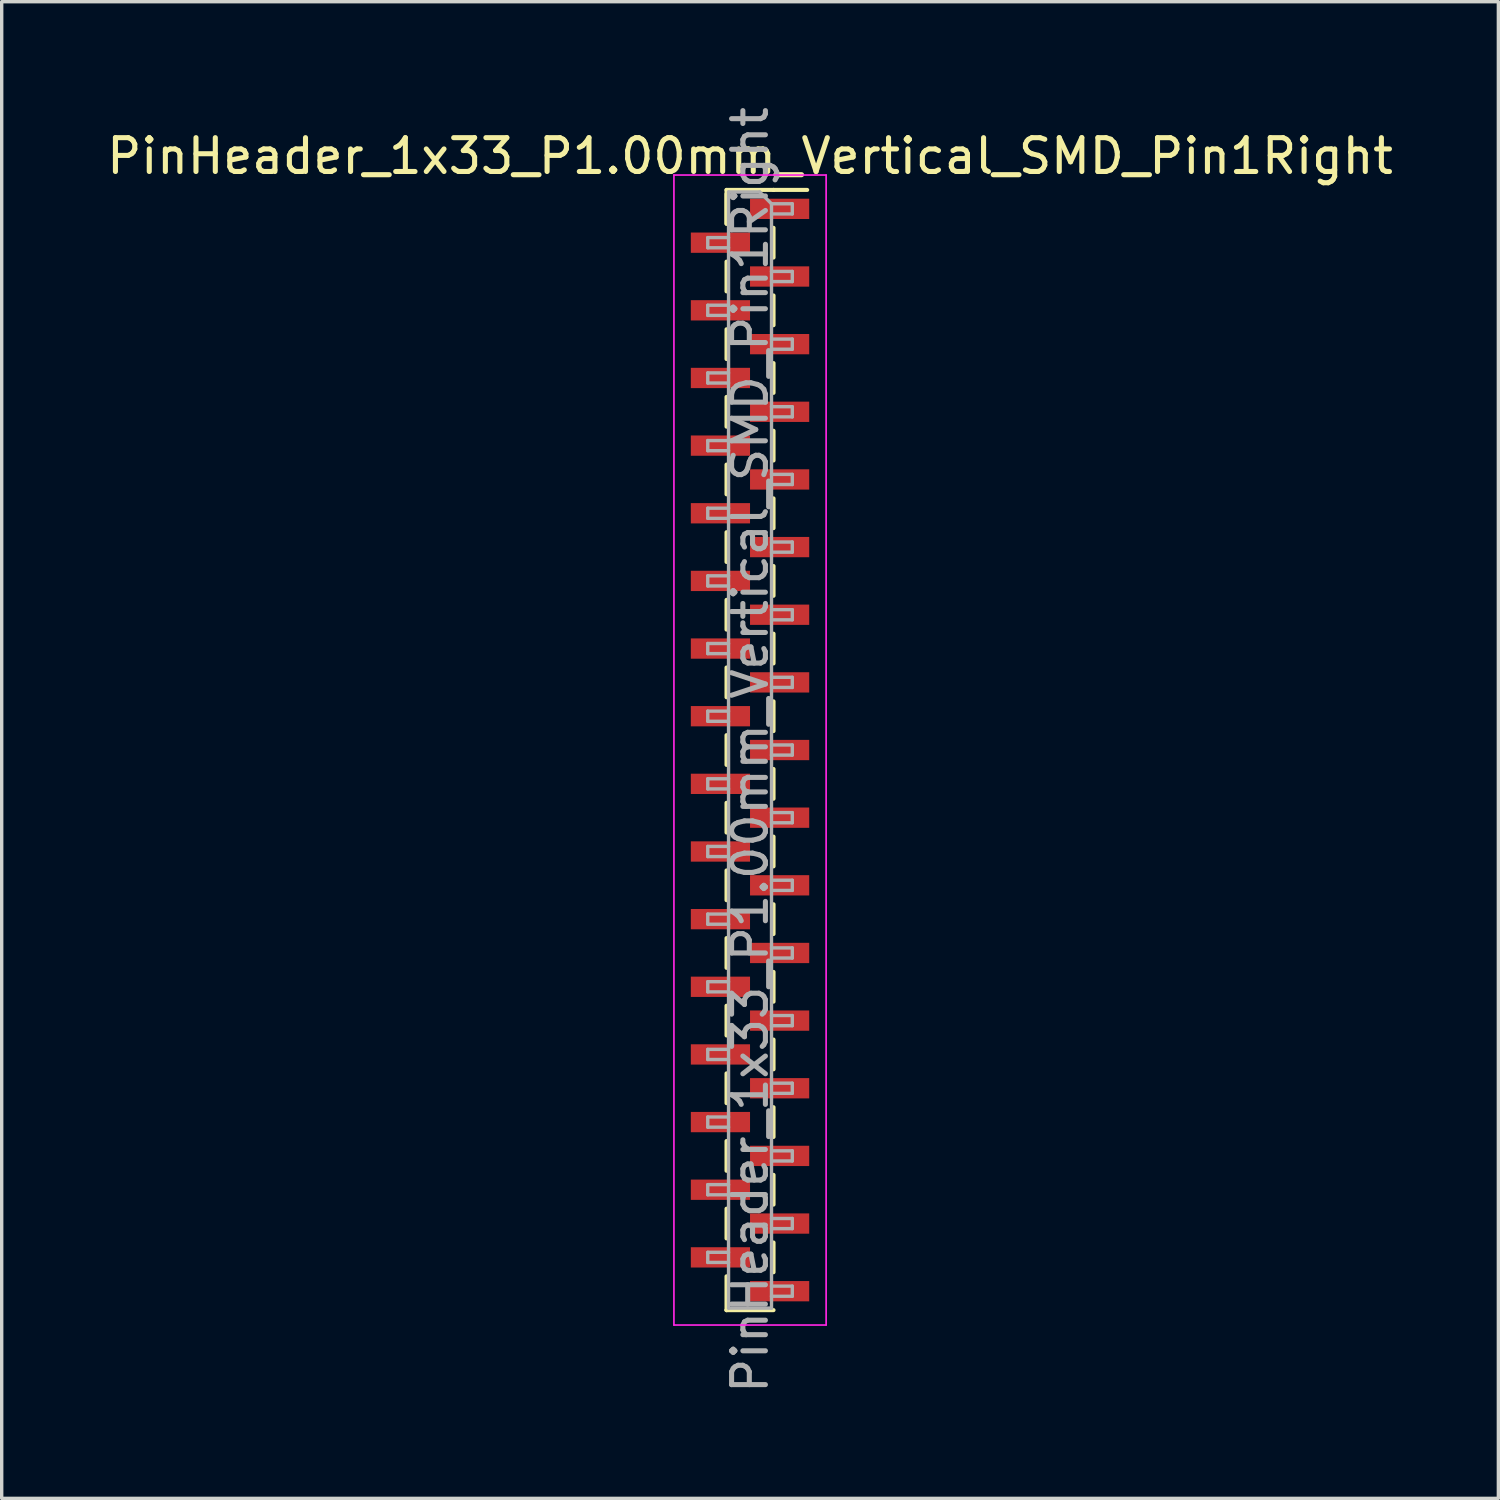
<source format=kicad_pcb>
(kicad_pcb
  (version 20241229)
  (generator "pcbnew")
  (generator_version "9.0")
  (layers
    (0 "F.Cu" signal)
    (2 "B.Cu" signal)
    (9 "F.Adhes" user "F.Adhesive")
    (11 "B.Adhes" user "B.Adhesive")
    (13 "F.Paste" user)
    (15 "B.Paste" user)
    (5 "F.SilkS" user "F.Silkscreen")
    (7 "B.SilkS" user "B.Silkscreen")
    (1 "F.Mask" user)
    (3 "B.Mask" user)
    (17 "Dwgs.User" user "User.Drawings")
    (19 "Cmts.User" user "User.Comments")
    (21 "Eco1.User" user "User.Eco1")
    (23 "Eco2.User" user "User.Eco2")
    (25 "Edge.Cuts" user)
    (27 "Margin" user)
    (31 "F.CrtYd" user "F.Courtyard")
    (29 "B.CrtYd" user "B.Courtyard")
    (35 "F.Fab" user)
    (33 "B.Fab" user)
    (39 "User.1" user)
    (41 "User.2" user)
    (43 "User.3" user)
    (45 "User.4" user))
  (footprint "PinHeader_1x33_P1.00mm_Vertical_SMD_Pin1Right"
    (layer "F.Cu")
    (at 19.125 19.125)
    (property "Reference" "PinHeader_1x33_P1.00mm_Vertical_SMD_Pin1Right" (at 0 -17.56 0) (layer "F.SilkS") (effects (font (size 1 1) (thickness 0.15))))
    (attr smd)
    (fp_line (start -0.695 -16.56) (end -0.695 -15.56) (stroke (width 0.12) (type solid)) (layer "F.SilkS"))
    (fp_line (start -0.695 -16.56) (end 0.695 -16.56) (stroke (width 0.12) (type solid)) (layer "F.SilkS"))
    (fp_line (start -0.695 -16.44) (end -0.695 -15.56) (stroke (width 0.12) (type solid)) (layer "F.SilkS"))
    (fp_line (start -0.695 -14.44) (end -0.695 -13.56) (stroke (width 0.12) (type solid)) (layer "F.SilkS"))
    (fp_line (start -0.695 -12.44) (end -0.695 -11.56) (stroke (width 0.12) (type solid)) (layer "F.SilkS"))
    (fp_line (start -0.695 -10.44) (end -0.695 -9.56) (stroke (width 0.12) (type solid)) (layer "F.SilkS"))
    (fp_line (start -0.695 -8.44) (end -0.695 -7.56) (stroke (width 0.12) (type solid)) (layer "F.SilkS"))
    (fp_line (start -0.695 -6.44) (end -0.695 -5.56) (stroke (width 0.12) (type solid)) (layer "F.SilkS"))
    (fp_line (start -0.695 -4.44) (end -0.695 -3.56) (stroke (width 0.12) (type solid)) (layer "F.SilkS"))
    (fp_line (start -0.695 -2.44) (end -0.695 -1.56) (stroke (width 0.12) (type solid)) (layer "F.SilkS"))
    (fp_line (start -0.695 -0.44) (end -0.695 0.44) (stroke (width 0.12) (type solid)) (layer "F.SilkS"))
    (fp_line (start -0.695 1.56) (end -0.695 2.44) (stroke (width 0.12) (type solid)) (layer "F.SilkS"))
    (fp_line (start -0.695 3.56) (end -0.695 4.44) (stroke (width 0.12) (type solid)) (layer "F.SilkS"))
    (fp_line (start -0.695 5.56) (end -0.695 6.44) (stroke (width 0.12) (type solid)) (layer "F.SilkS"))
    (fp_line (start -0.695 7.56) (end -0.695 8.44) (stroke (width 0.12) (type solid)) (layer "F.SilkS"))
    (fp_line (start -0.695 9.56) (end -0.695 10.44) (stroke (width 0.12) (type solid)) (layer "F.SilkS"))
    (fp_line (start -0.695 11.56) (end -0.695 12.44) (stroke (width 0.12) (type solid)) (layer "F.SilkS"))
    (fp_line (start -0.695 13.56) (end -0.695 14.44) (stroke (width 0.12) (type solid)) (layer "F.SilkS"))
    (fp_line (start -0.695 15.56) (end -0.695 16.56) (stroke (width 0.12) (type solid)) (layer "F.SilkS"))
    (fp_line (start -0.695 16.56) (end -0.695 16.56) (stroke (width 0.12) (type solid)) (layer "F.SilkS"))
    (fp_line (start -0.695 16.56) (end 0.695 16.56) (stroke (width 0.12) (type solid)) (layer "F.SilkS"))
    (fp_line (start 0.695 -16.56) (end 0.695 -16.56) (stroke (width 0.12) (type solid)) (layer "F.SilkS"))
    (fp_line (start 0.695 -16.56) (end 1.69 -16.56) (stroke (width 0.12) (type solid)) (layer "F.SilkS"))
    (fp_line (start 0.695 -15.44) (end 0.695 -14.56) (stroke (width 0.12) (type solid)) (layer "F.SilkS"))
    (fp_line (start 0.695 -13.44) (end 0.695 -12.56) (stroke (width 0.12) (type solid)) (layer "F.SilkS"))
    (fp_line (start 0.695 -11.44) (end 0.695 -10.56) (stroke (width 0.12) (type solid)) (layer "F.SilkS"))
    (fp_line (start 0.695 -9.44) (end 0.695 -8.56) (stroke (width 0.12) (type solid)) (layer "F.SilkS"))
    (fp_line (start 0.695 -7.44) (end 0.695 -6.56) (stroke (width 0.12) (type solid)) (layer "F.SilkS"))
    (fp_line (start 0.695 -5.44) (end 0.695 -4.56) (stroke (width 0.12) (type solid)) (layer "F.SilkS"))
    (fp_line (start 0.695 -3.44) (end 0.695 -2.56) (stroke (width 0.12) (type solid)) (layer "F.SilkS"))
    (fp_line (start 0.695 -1.44) (end 0.695 -0.56) (stroke (width 0.12) (type solid)) (layer "F.SilkS"))
    (fp_line (start 0.695 0.56) (end 0.695 1.44) (stroke (width 0.12) (type solid)) (layer "F.SilkS"))
    (fp_line (start 0.695 2.56) (end 0.695 3.44) (stroke (width 0.12) (type solid)) (layer "F.SilkS"))
    (fp_line (start 0.695 4.56) (end 0.695 5.44) (stroke (width 0.12) (type solid)) (layer "F.SilkS"))
    (fp_line (start 0.695 6.56) (end 0.695 7.44) (stroke (width 0.12) (type solid)) (layer "F.SilkS"))
    (fp_line (start 0.695 8.56) (end 0.695 9.44) (stroke (width 0.12) (type solid)) (layer "F.SilkS"))
    (fp_line (start 0.695 10.56) (end 0.695 11.44) (stroke (width 0.12) (type solid)) (layer "F.SilkS"))
    (fp_line (start 0.695 12.56) (end 0.695 13.44) (stroke (width 0.12) (type solid)) (layer "F.SilkS"))
    (fp_line (start 0.695 14.56) (end 0.695 15.44) (stroke (width 0.12) (type solid)) (layer "F.SilkS"))
    (fp_line (start -2.25 -17) (end -2.25 17) (stroke (width 0.05) (type solid)) (layer "F.CrtYd"))
    (fp_line (start -2.25 17) (end 2.25 17) (stroke (width 0.05) (type solid)) (layer "F.CrtYd"))
    (fp_line (start 2.25 -17) (end -2.25 -17) (stroke (width 0.05) (type solid)) (layer "F.CrtYd"))
    (fp_line (start 2.25 17) (end 2.25 -17) (stroke (width 0.05) (type solid)) (layer "F.CrtYd"))
    (fp_line (start -1.25 -15.15) (end -1.25 -14.85) (stroke (width 0.1) (type solid)) (layer "F.Fab"))
    (fp_line (start -1.25 -14.85) (end -0.635 -14.85) (stroke (width 0.1) (type solid)) (layer "F.Fab"))
    (fp_line (start -1.25 -13.15) (end -1.25 -12.85) (stroke (width 0.1) (type solid)) (layer "F.Fab"))
    (fp_line (start -1.25 -12.85) (end -0.635 -12.85) (stroke (width 0.1) (type solid)) (layer "F.Fab"))
    (fp_line (start -1.25 -11.15) (end -1.25 -10.85) (stroke (width 0.1) (type solid)) (layer "F.Fab"))
    (fp_line (start -1.25 -10.85) (end -0.635 -10.85) (stroke (width 0.1) (type solid)) (layer "F.Fab"))
    (fp_line (start -1.25 -9.15) (end -1.25 -8.85) (stroke (width 0.1) (type solid)) (layer "F.Fab"))
    (fp_line (start -1.25 -8.85) (end -0.635 -8.85) (stroke (width 0.1) (type solid)) (layer "F.Fab"))
    (fp_line (start -1.25 -7.15) (end -1.25 -6.85) (stroke (width 0.1) (type solid)) (layer "F.Fab"))
    (fp_line (start -1.25 -6.85) (end -0.635 -6.85) (stroke (width 0.1) (type solid)) (layer "F.Fab"))
    (fp_line (start -1.25 -5.15) (end -1.25 -4.85) (stroke (width 0.1) (type solid)) (layer "F.Fab"))
    (fp_line (start -1.25 -4.85) (end -0.635 -4.85) (stroke (width 0.1) (type solid)) (layer "F.Fab"))
    (fp_line (start -1.25 -3.15) (end -1.25 -2.85) (stroke (width 0.1) (type solid)) (layer "F.Fab"))
    (fp_line (start -1.25 -2.85) (end -0.635 -2.85) (stroke (width 0.1) (type solid)) (layer "F.Fab"))
    (fp_line (start -1.25 -1.15) (end -1.25 -0.85) (stroke (width 0.1) (type solid)) (layer "F.Fab"))
    (fp_line (start -1.25 -0.85) (end -0.635 -0.85) (stroke (width 0.1) (type solid)) (layer "F.Fab"))
    (fp_line (start -1.25 0.85) (end -1.25 1.15) (stroke (width 0.1) (type solid)) (layer "F.Fab"))
    (fp_line (start -1.25 1.15) (end -0.635 1.15) (stroke (width 0.1) (type solid)) (layer "F.Fab"))
    (fp_line (start -1.25 2.85) (end -1.25 3.15) (stroke (width 0.1) (type solid)) (layer "F.Fab"))
    (fp_line (start -1.25 3.15) (end -0.635 3.15) (stroke (width 0.1) (type solid)) (layer "F.Fab"))
    (fp_line (start -1.25 4.85) (end -1.25 5.15) (stroke (width 0.1) (type solid)) (layer "F.Fab"))
    (fp_line (start -1.25 5.15) (end -0.635 5.15) (stroke (width 0.1) (type solid)) (layer "F.Fab"))
    (fp_line (start -1.25 6.85) (end -1.25 7.15) (stroke (width 0.1) (type solid)) (layer "F.Fab"))
    (fp_line (start -1.25 7.15) (end -0.635 7.15) (stroke (width 0.1) (type solid)) (layer "F.Fab"))
    (fp_line (start -1.25 8.85) (end -1.25 9.15) (stroke (width 0.1) (type solid)) (layer "F.Fab"))
    (fp_line (start -1.25 9.15) (end -0.635 9.15) (stroke (width 0.1) (type solid)) (layer "F.Fab"))
    (fp_line (start -1.25 10.85) (end -1.25 11.15) (stroke (width 0.1) (type solid)) (layer "F.Fab"))
    (fp_line (start -1.25 11.15) (end -0.635 11.15) (stroke (width 0.1) (type solid)) (layer "F.Fab"))
    (fp_line (start -1.25 12.85) (end -1.25 13.15) (stroke (width 0.1) (type solid)) (layer "F.Fab"))
    (fp_line (start -1.25 13.15) (end -0.635 13.15) (stroke (width 0.1) (type solid)) (layer "F.Fab"))
    (fp_line (start -1.25 14.85) (end -1.25 15.15) (stroke (width 0.1) (type solid)) (layer "F.Fab"))
    (fp_line (start -1.25 15.15) (end -0.635 15.15) (stroke (width 0.1) (type solid)) (layer "F.Fab"))
    (fp_line (start -0.635 -16.5) (end -0.635 16.5) (stroke (width 0.1) (type solid)) (layer "F.Fab"))
    (fp_line (start -0.635 -16.5) (end 0.285 -16.5) (stroke (width 0.1) (type solid)) (layer "F.Fab"))
    (fp_line (start -0.635 -15.15) (end -1.25 -15.15) (stroke (width 0.1) (type solid)) (layer "F.Fab"))
    (fp_line (start -0.635 -13.15) (end -1.25 -13.15) (stroke (width 0.1) (type solid)) (layer "F.Fab"))
    (fp_line (start -0.635 -11.15) (end -1.25 -11.15) (stroke (width 0.1) (type solid)) (layer "F.Fab"))
    (fp_line (start -0.635 -9.15) (end -1.25 -9.15) (stroke (width 0.1) (type solid)) (layer "F.Fab"))
    (fp_line (start -0.635 -7.15) (end -1.25 -7.15) (stroke (width 0.1) (type solid)) (layer "F.Fab"))
    (fp_line (start -0.635 -5.15) (end -1.25 -5.15) (stroke (width 0.1) (type solid)) (layer "F.Fab"))
    (fp_line (start -0.635 -3.15) (end -1.25 -3.15) (stroke (width 0.1) (type solid)) (layer "F.Fab"))
    (fp_line (start -0.635 -1.15) (end -1.25 -1.15) (stroke (width 0.1) (type solid)) (layer "F.Fab"))
    (fp_line (start -0.635 0.85) (end -1.25 0.85) (stroke (width 0.1) (type solid)) (layer "F.Fab"))
    (fp_line (start -0.635 2.85) (end -1.25 2.85) (stroke (width 0.1) (type solid)) (layer "F.Fab"))
    (fp_line (start -0.635 4.85) (end -1.25 4.85) (stroke (width 0.1) (type solid)) (layer "F.Fab"))
    (fp_line (start -0.635 6.85) (end -1.25 6.85) (stroke (width 0.1) (type solid)) (layer "F.Fab"))
    (fp_line (start -0.635 8.85) (end -1.25 8.85) (stroke (width 0.1) (type solid)) (layer "F.Fab"))
    (fp_line (start -0.635 10.85) (end -1.25 10.85) (stroke (width 0.1) (type solid)) (layer "F.Fab"))
    (fp_line (start -0.635 12.85) (end -1.25 12.85) (stroke (width 0.1) (type solid)) (layer "F.Fab"))
    (fp_line (start -0.635 14.85) (end -1.25 14.85) (stroke (width 0.1) (type solid)) (layer "F.Fab"))
    (fp_line (start 0.635 -16.15) (end 0.285 -16.5) (stroke (width 0.1) (type solid)) (layer "F.Fab"))
    (fp_line (start 0.635 -16.15) (end 1.25 -16.15) (stroke (width 0.1) (type solid)) (layer "F.Fab"))
    (fp_line (start 0.635 -14.15) (end 1.25 -14.15) (stroke (width 0.1) (type solid)) (layer "F.Fab"))
    (fp_line (start 0.635 -12.15) (end 1.25 -12.15) (stroke (width 0.1) (type solid)) (layer "F.Fab"))
    (fp_line (start 0.635 -10.15) (end 1.25 -10.15) (stroke (width 0.1) (type solid)) (layer "F.Fab"))
    (fp_line (start 0.635 -8.15) (end 1.25 -8.15) (stroke (width 0.1) (type solid)) (layer "F.Fab"))
    (fp_line (start 0.635 -6.15) (end 1.25 -6.15) (stroke (width 0.1) (type solid)) (layer "F.Fab"))
    (fp_line (start 0.635 -4.15) (end 1.25 -4.15) (stroke (width 0.1) (type solid)) (layer "F.Fab"))
    (fp_line (start 0.635 -2.15) (end 1.25 -2.15) (stroke (width 0.1) (type solid)) (layer "F.Fab"))
    (fp_line (start 0.635 -0.15) (end 1.25 -0.15) (stroke (width 0.1) (type solid)) (layer "F.Fab"))
    (fp_line (start 0.635 1.85) (end 1.25 1.85) (stroke (width 0.1) (type solid)) (layer "F.Fab"))
    (fp_line (start 0.635 3.85) (end 1.25 3.85) (stroke (width 0.1) (type solid)) (layer "F.Fab"))
    (fp_line (start 0.635 5.85) (end 1.25 5.85) (stroke (width 0.1) (type solid)) (layer "F.Fab"))
    (fp_line (start 0.635 7.85) (end 1.25 7.85) (stroke (width 0.1) (type solid)) (layer "F.Fab"))
    (fp_line (start 0.635 9.85) (end 1.25 9.85) (stroke (width 0.1) (type solid)) (layer "F.Fab"))
    (fp_line (start 0.635 11.85) (end 1.25 11.85) (stroke (width 0.1) (type solid)) (layer "F.Fab"))
    (fp_line (start 0.635 13.85) (end 1.25 13.85) (stroke (width 0.1) (type solid)) (layer "F.Fab"))
    (fp_line (start 0.635 15.85) (end 1.25 15.85) (stroke (width 0.1) (type solid)) (layer "F.Fab"))
    (fp_line (start 0.635 16.5) (end -0.635 16.5) (stroke (width 0.1) (type solid)) (layer "F.Fab"))
    (fp_line (start 0.635 16.5) (end 0.635 -16.15) (stroke (width 0.1) (type solid)) (layer "F.Fab"))
    (fp_line (start 1.25 -16.15) (end 1.25 -15.85) (stroke (width 0.1) (type solid)) (layer "F.Fab"))
    (fp_line (start 1.25 -15.85) (end 0.635 -15.85) (stroke (width 0.1) (type solid)) (layer "F.Fab"))
    (fp_line (start 1.25 -14.15) (end 1.25 -13.85) (stroke (width 0.1) (type solid)) (layer "F.Fab"))
    (fp_line (start 1.25 -13.85) (end 0.635 -13.85) (stroke (width 0.1) (type solid)) (layer "F.Fab"))
    (fp_line (start 1.25 -12.15) (end 1.25 -11.85) (stroke (width 0.1) (type solid)) (layer "F.Fab"))
    (fp_line (start 1.25 -11.85) (end 0.635 -11.85) (stroke (width 0.1) (type solid)) (layer "F.Fab"))
    (fp_line (start 1.25 -10.15) (end 1.25 -9.85) (stroke (width 0.1) (type solid)) (layer "F.Fab"))
    (fp_line (start 1.25 -9.85) (end 0.635 -9.85) (stroke (width 0.1) (type solid)) (layer "F.Fab"))
    (fp_line (start 1.25 -8.15) (end 1.25 -7.85) (stroke (width 0.1) (type solid)) (layer "F.Fab"))
    (fp_line (start 1.25 -7.85) (end 0.635 -7.85) (stroke (width 0.1) (type solid)) (layer "F.Fab"))
    (fp_line (start 1.25 -6.15) (end 1.25 -5.85) (stroke (width 0.1) (type solid)) (layer "F.Fab"))
    (fp_line (start 1.25 -5.85) (end 0.635 -5.85) (stroke (width 0.1) (type solid)) (layer "F.Fab"))
    (fp_line (start 1.25 -4.15) (end 1.25 -3.85) (stroke (width 0.1) (type solid)) (layer "F.Fab"))
    (fp_line (start 1.25 -3.85) (end 0.635 -3.85) (stroke (width 0.1) (type solid)) (layer "F.Fab"))
    (fp_line (start 1.25 -2.15) (end 1.25 -1.85) (stroke (width 0.1) (type solid)) (layer "F.Fab"))
    (fp_line (start 1.25 -1.85) (end 0.635 -1.85) (stroke (width 0.1) (type solid)) (layer "F.Fab"))
    (fp_line (start 1.25 -0.15) (end 1.25 0.15) (stroke (width 0.1) (type solid)) (layer "F.Fab"))
    (fp_line (start 1.25 0.15) (end 0.635 0.15) (stroke (width 0.1) (type solid)) (layer "F.Fab"))
    (fp_line (start 1.25 1.85) (end 1.25 2.15) (stroke (width 0.1) (type solid)) (layer "F.Fab"))
    (fp_line (start 1.25 2.15) (end 0.635 2.15) (stroke (width 0.1) (type solid)) (layer "F.Fab"))
    (fp_line (start 1.25 3.85) (end 1.25 4.15) (stroke (width 0.1) (type solid)) (layer "F.Fab"))
    (fp_line (start 1.25 4.15) (end 0.635 4.15) (stroke (width 0.1) (type solid)) (layer "F.Fab"))
    (fp_line (start 1.25 5.85) (end 1.25 6.15) (stroke (width 0.1) (type solid)) (layer "F.Fab"))
    (fp_line (start 1.25 6.15) (end 0.635 6.15) (stroke (width 0.1) (type solid)) (layer "F.Fab"))
    (fp_line (start 1.25 7.85) (end 1.25 8.15) (stroke (width 0.1) (type solid)) (layer "F.Fab"))
    (fp_line (start 1.25 8.15) (end 0.635 8.15) (stroke (width 0.1) (type solid)) (layer "F.Fab"))
    (fp_line (start 1.25 9.85) (end 1.25 10.15) (stroke (width 0.1) (type solid)) (layer "F.Fab"))
    (fp_line (start 1.25 10.15) (end 0.635 10.15) (stroke (width 0.1) (type solid)) (layer "F.Fab"))
    (fp_line (start 1.25 11.85) (end 1.25 12.15) (stroke (width 0.1) (type solid)) (layer "F.Fab"))
    (fp_line (start 1.25 12.15) (end 0.635 12.15) (stroke (width 0.1) (type solid)) (layer "F.Fab"))
    (fp_line (start 1.25 13.85) (end 1.25 14.15) (stroke (width 0.1) (type solid)) (layer "F.Fab"))
    (fp_line (start 1.25 14.15) (end 0.635 14.15) (stroke (width 0.1) (type solid)) (layer "F.Fab"))
    (fp_line (start 1.25 15.85) (end 1.25 16.15) (stroke (width 0.1) (type solid)) (layer "F.Fab"))
    (fp_line (start 1.25 16.15) (end 0.635 16.15) (stroke (width 0.1) (type solid)) (layer "F.Fab"))
    (fp_text user "${REFERENCE}" (at 0 0 90) (layer "F.Fab") (effects (font (size 1 1) (thickness 0.15))))
    (pad "1" smd rect (at 0.875 -16) (size 1.75 0.6) (layers "F.Cu" "F.Mask" "F.Paste"))
    (pad "2" smd rect (at -0.875 -15) (size 1.75 0.6) (layers "F.Cu" "F.Mask" "F.Paste"))
    (pad "3" smd rect (at 0.875 -14) (size 1.75 0.6) (layers "F.Cu" "F.Mask" "F.Paste"))
    (pad "4" smd rect (at -0.875 -13) (size 1.75 0.6) (layers "F.Cu" "F.Mask" "F.Paste"))
    (pad "5" smd rect (at 0.875 -12) (size 1.75 0.6) (layers "F.Cu" "F.Mask" "F.Paste"))
    (pad "6" smd rect (at -0.875 -11) (size 1.75 0.6) (layers "F.Cu" "F.Mask" "F.Paste"))
    (pad "7" smd rect (at 0.875 -10) (size 1.75 0.6) (layers "F.Cu" "F.Mask" "F.Paste"))
    (pad "8" smd rect (at -0.875 -9) (size 1.75 0.6) (layers "F.Cu" "F.Mask" "F.Paste"))
    (pad "9" smd rect (at 0.875 -8) (size 1.75 0.6) (layers "F.Cu" "F.Mask" "F.Paste"))
    (pad "10" smd rect (at -0.875 -7) (size 1.75 0.6) (layers "F.Cu" "F.Mask" "F.Paste"))
    (pad "11" smd rect (at 0.875 -6) (size 1.75 0.6) (layers "F.Cu" "F.Mask" "F.Paste"))
    (pad "12" smd rect (at -0.875 -5) (size 1.75 0.6) (layers "F.Cu" "F.Mask" "F.Paste"))
    (pad "13" smd rect (at 0.875 -4) (size 1.75 0.6) (layers "F.Cu" "F.Mask" "F.Paste"))
    (pad "14" smd rect (at -0.875 -3) (size 1.75 0.6) (layers "F.Cu" "F.Mask" "F.Paste"))
    (pad "15" smd rect (at 0.875 -2) (size 1.75 0.6) (layers "F.Cu" "F.Mask" "F.Paste"))
    (pad "16" smd rect (at -0.875 -1) (size 1.75 0.6) (layers "F.Cu" "F.Mask" "F.Paste"))
    (pad "17" smd rect (at 0.875 0) (size 1.75 0.6) (layers "F.Cu" "F.Mask" "F.Paste"))
    (pad "18" smd rect (at -0.875 1) (size 1.75 0.6) (layers "F.Cu" "F.Mask" "F.Paste"))
    (pad "19" smd rect (at 0.875 2) (size 1.75 0.6) (layers "F.Cu" "F.Mask" "F.Paste"))
    (pad "20" smd rect (at -0.875 3) (size 1.75 0.6) (layers "F.Cu" "F.Mask" "F.Paste"))
    (pad "21" smd rect (at 0.875 4) (size 1.75 0.6) (layers "F.Cu" "F.Mask" "F.Paste"))
    (pad "22" smd rect (at -0.875 5) (size 1.75 0.6) (layers "F.Cu" "F.Mask" "F.Paste"))
    (pad "23" smd rect (at 0.875 6) (size 1.75 0.6) (layers "F.Cu" "F.Mask" "F.Paste"))
    (pad "24" smd rect (at -0.875 7) (size 1.75 0.6) (layers "F.Cu" "F.Mask" "F.Paste"))
    (pad "25" smd rect (at 0.875 8) (size 1.75 0.6) (layers "F.Cu" "F.Mask" "F.Paste"))
    (pad "26" smd rect (at -0.875 9) (size 1.75 0.6) (layers "F.Cu" "F.Mask" "F.Paste"))
    (pad "27" smd rect (at 0.875 10) (size 1.75 0.6) (layers "F.Cu" "F.Mask" "F.Paste"))
    (pad "28" smd rect (at -0.875 11) (size 1.75 0.6) (layers "F.Cu" "F.Mask" "F.Paste"))
    (pad "29" smd rect (at 0.875 12) (size 1.75 0.6) (layers "F.Cu" "F.Mask" "F.Paste"))
    (pad "30" smd rect (at -0.875 13) (size 1.75 0.6) (layers "F.Cu" "F.Mask" "F.Paste"))
    (pad "31" smd rect (at 0.875 14) (size 1.75 0.6) (layers "F.Cu" "F.Mask" "F.Paste"))
    (pad "32" smd rect (at -0.875 15) (size 1.75 0.6) (layers "F.Cu" "F.Mask" "F.Paste"))
    (pad "33" smd rect (at 0.875 16) (size 1.75 0.6) (layers "F.Cu" "F.Mask" "F.Paste")))
  (gr_rect
    (start -3 -3)
    (end 41.25 41.25)
    (stroke (width 0.1) (type default))
    (fill no)
    (layer "Edge.Cuts")))
</source>
